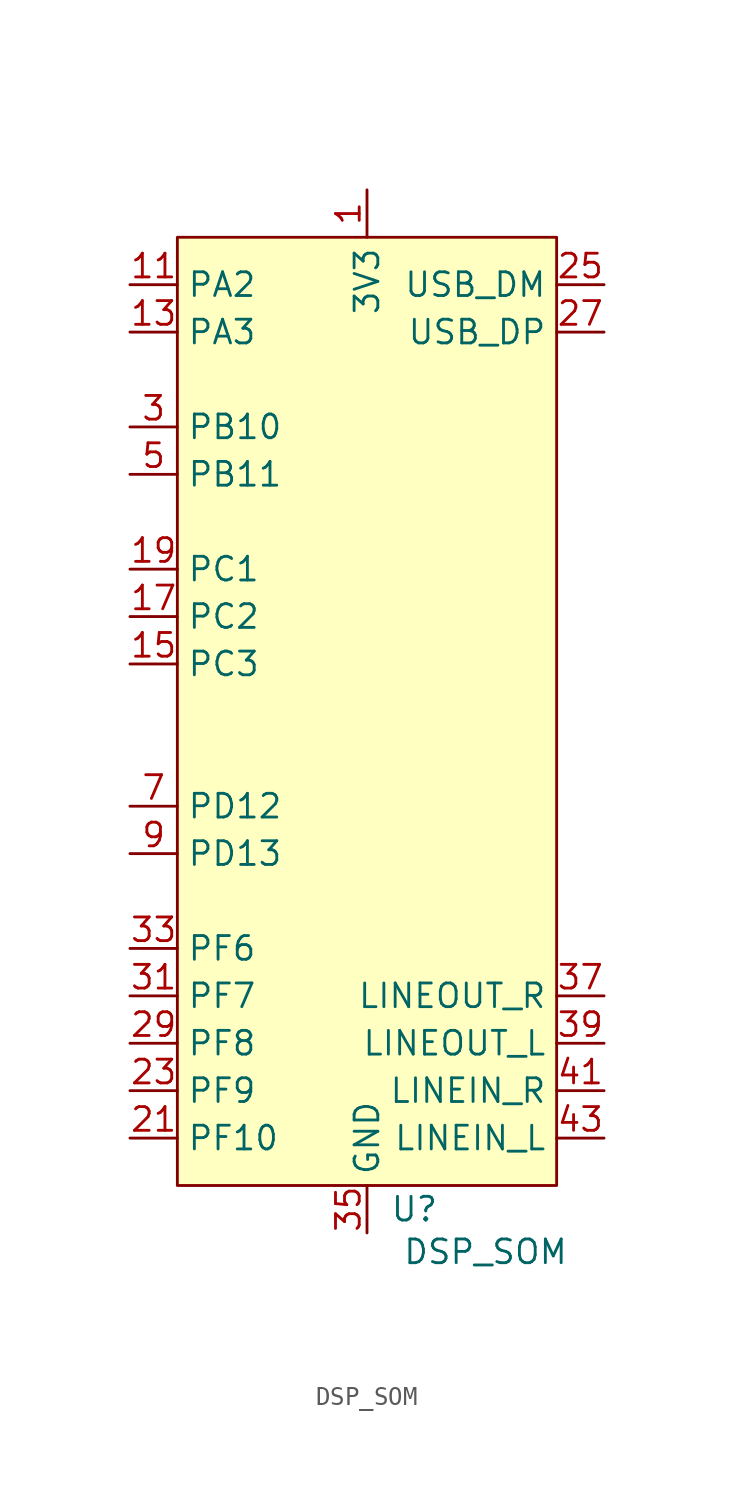
<source format=kicad_sym>
(kicad_symbol_lib
  (version 20241209)
  (generator "kicad_symbol_editor")
  (generator_version "9.0")
  (symbol "DSP_SOM"
    (property "Reference" "U"
      (at 2.54 -26.67 0)
      (effects (font (size 1.27 1.27))))
    (property "Value" "DSP_SOM"
      (at 6.35 -28.956 0)
      (effects (font (size 1.27 1.27))))
    (symbol "DSP_SOM_1_1"
      (rectangle (start -10.16 25.4) (end 10.16 -25.4) (stroke (width 0) (type solid)) (fill (type background)))
      (pin bidirectional line (at -12.7 22.86 0) (length 2.54) (name "PA2" (effects (font (size 1.27 1.27)))) (number "11" (effects (font (size 1.27 1.27)))))
      (pin bidirectional line (at -12.7 20.32 0) (length 2.54) (name "PA3" (effects (font (size 1.27 1.27)))) (number "13" (effects (font (size 1.27 1.27)))))
      (pin bidirectional line (at -12.7 15.24 0) (length 2.54) (name "PB10" (effects (font (size 1.27 1.27)))) (number "3" (effects (font (size 1.27 1.27)))))
      (pin bidirectional line (at -12.7 12.7 0) (length 2.54) (name "PB11" (effects (font (size 1.27 1.27)))) (number "5" (effects (font (size 1.27 1.27)))))
      (pin bidirectional line (at -12.7 7.62 0) (length 2.54) (name "PC1" (effects (font (size 1.27 1.27)))) (number "19" (effects (font (size 1.27 1.27)))))
      (pin bidirectional line (at -12.7 5.08 0) (length 2.54) (name "PC2" (effects (font (size 1.27 1.27)))) (number "17" (effects (font (size 1.27 1.27)))))
      (pin bidirectional line (at -12.7 2.54 0) (length 2.54) (name "PC3" (effects (font (size 1.27 1.27)))) (number "15" (effects (font (size 1.27 1.27)))))
      (pin power_in line (at -12.7 -5.08 0) (length 2.54) (name "PD12" (effects (font (size 1.27 1.27)))) (number "7" (effects (font (size 1.27 1.27)))))
      (pin power_in line (at -12.7 -7.62 0) (length 2.54) (name "PD13" (effects (font (size 1.27 1.27)))) (number "9" (effects (font (size 1.27 1.27)))))
      (pin bidirectional line (at -12.7 -12.7 0) (length 2.54) (name "PF6" (effects (font (size 1.27 1.27)))) (number "33" (effects (font (size 1.27 1.27)))))
      (pin bidirectional line (at -12.7 -15.24 0) (length 2.54) (name "PF7" (effects (font (size 1.27 1.27)))) (number "31" (effects (font (size 1.27 1.27)))))
      (pin bidirectional line (at -12.7 -17.78 0) (length 2.54) (name "PF8" (effects (font (size 1.27 1.27)))) (number "29" (effects (font (size 1.27 1.27)))))
      (pin bidirectional line (at -12.7 -20.32 0) (length 2.54) (name "PF9" (effects (font (size 1.27 1.27)))) (number "23" (effects (font (size 1.27 1.27)))))
      (pin bidirectional line (at -12.7 -22.86 0) (length 2.54) (name "PF10" (effects (font (size 1.27 1.27)))) (number "21" (effects (font (size 1.27 1.27)))))
      (pin power_in line (at 0 27.94 270) (length 2.54) (name "3V3" (effects (font (size 1.27 1.27)))) (number "1" (effects (font (size 1.27 1.27)))))
      (pin power_in line (at 0 -27.94 90) (length 2.54) (hide yes) (name "GND" (effects (font (size 1.27 1.27)))) (number "10" (effects (font (size 1.27 1.27)))))
      (pin power_in line (at 0 -27.94 90) (length 2.54) (hide yes) (name "GND" (effects (font (size 1.27 1.27)))) (number "12" (effects (font (size 1.27 1.27)))))
      (pin power_in line (at 0 -27.94 90) (length 2.54) (hide yes) (name "GND" (effects (font (size 1.27 1.27)))) (number "14" (effects (font (size 1.27 1.27)))))
      (pin power_in line (at 0 -27.94 90) (length 2.54) (hide yes) (name "GND" (effects (font (size 1.27 1.27)))) (number "16" (effects (font (size 1.27 1.27)))))
      (pin power_in line (at 0 -27.94 90) (length 2.54) (hide yes) (name "GND" (effects (font (size 1.27 1.27)))) (number "18" (effects (font (size 1.27 1.27)))))
      (pin power_in line (at 0 -27.94 90) (length 2.54) (hide yes) (name "GND" (effects (font (size 1.27 1.27)))) (number "2" (effects (font (size 1.27 1.27)))))
      (pin power_in line (at 0 -27.94 90) (length 2.54) (hide yes) (name "GND" (effects (font (size 1.27 1.27)))) (number "20" (effects (font (size 1.27 1.27)))))
      (pin power_in line (at 0 -27.94 90) (length 2.54) (hide yes) (name "GND" (effects (font (size 1.27 1.27)))) (number "22" (effects (font (size 1.27 1.27)))))
      (pin power_in line (at 0 -27.94 90) (length 2.54) (hide yes) (name "GND" (effects (font (size 1.27 1.27)))) (number "24" (effects (font (size 1.27 1.27)))))
      (pin power_in line (at 0 -27.94 90) (length 2.54) (hide yes) (name "GND" (effects (font (size 1.27 1.27)))) (number "26" (effects (font (size 1.27 1.27)))))
      (pin power_in line (at 0 -27.94 90) (length 2.54) (hide yes) (name "GND" (effects (font (size 1.27 1.27)))) (number "28" (effects (font (size 1.27 1.27)))))
      (pin power_in line (at 0 -27.94 90) (length 2.54) (hide yes) (name "GND" (effects (font (size 1.27 1.27)))) (number "30" (effects (font (size 1.27 1.27)))))
      (pin power_in line (at 0 -27.94 90) (length 2.54) (hide yes) (name "GND" (effects (font (size 1.27 1.27)))) (number "32" (effects (font (size 1.27 1.27)))))
      (pin power_in line (at 0 -27.94 90) (length 2.54) (hide yes) (name "GND" (effects (font (size 1.27 1.27)))) (number "34" (effects (font (size 1.27 1.27)))))
      (pin power_in line (at 0 -27.94 90) (length 2.54) (name "GND" (effects (font (size 1.27 1.27)))) (number "35" (effects (font (size 1.27 1.27)))))
      (pin power_in line (at 0 -27.94 90) (length 2.54) (hide yes) (name "GND" (effects (font (size 1.27 1.27)))) (number "36" (effects (font (size 1.27 1.27)))))
      (pin power_in line (at 0 -27.94 90) (length 2.54) (hide yes) (name "GND" (effects (font (size 1.27 1.27)))) (number "38" (effects (font (size 1.27 1.27)))))
      (pin power_in line (at 0 -27.94 90) (length 2.54) (hide yes) (name "GND" (effects (font (size 1.27 1.27)))) (number "4" (effects (font (size 1.27 1.27)))))
      (pin power_in line (at 0 -27.94 90) (length 2.54) (hide yes) (name "GND" (effects (font (size 1.27 1.27)))) (number "40" (effects (font (size 1.27 1.27)))))
      (pin power_in line (at 0 -27.94 90) (length 2.54) (hide yes) (name "GND" (effects (font (size 1.27 1.27)))) (number "42" (effects (font (size 1.27 1.27)))))
      (pin power_in line (at 0 -27.94 90) (length 2.54) (hide yes) (name "GND" (effects (font (size 1.27 1.27)))) (number "44" (effects (font (size 1.27 1.27)))))
      (pin power_in line (at 0 -27.94 90) (length 2.54) (hide yes) (name "GND" (effects (font (size 1.27 1.27)))) (number "6" (effects (font (size 1.27 1.27)))))
      (pin power_in line (at 0 -27.94 90) (length 2.54) (hide yes) (name "GND" (effects (font (size 1.27 1.27)))) (number "8" (effects (font (size 1.27 1.27)))))
      (pin bidirectional line (at 12.7 22.86 180) (length 2.54) (name "USB_DM" (effects (font (size 1.27 1.27)))) (number "25" (effects (font (size 1.27 1.27)))))
      (pin bidirectional line (at 12.7 20.32 180) (length 2.54) (name "USB_DP" (effects (font (size 1.27 1.27)))) (number "27" (effects (font (size 1.27 1.27)))))
      (pin bidirectional line (at 12.7 -15.24 180) (length 2.54) (name "LINEOUT_R" (effects (font (size 1.27 1.27)))) (number "37" (effects (font (size 1.27 1.27)))))
      (pin bidirectional line (at 12.7 -17.78 180) (length 2.54) (name "LINEOUT_L" (effects (font (size 1.27 1.27)))) (number "39" (effects (font (size 1.27 1.27)))))
      (pin bidirectional line (at 12.7 -20.32 180) (length 2.54) (name "LINEIN_R" (effects (font (size 1.27 1.27)))) (number "41" (effects (font (size 1.27 1.27)))))
      (pin bidirectional line (at 12.7 -22.86 180) (length 2.54) (name "LINEIN_L" (effects (font (size 1.27 1.27)))) (number "43" (effects (font (size 1.27 1.27))))))))
</source>
